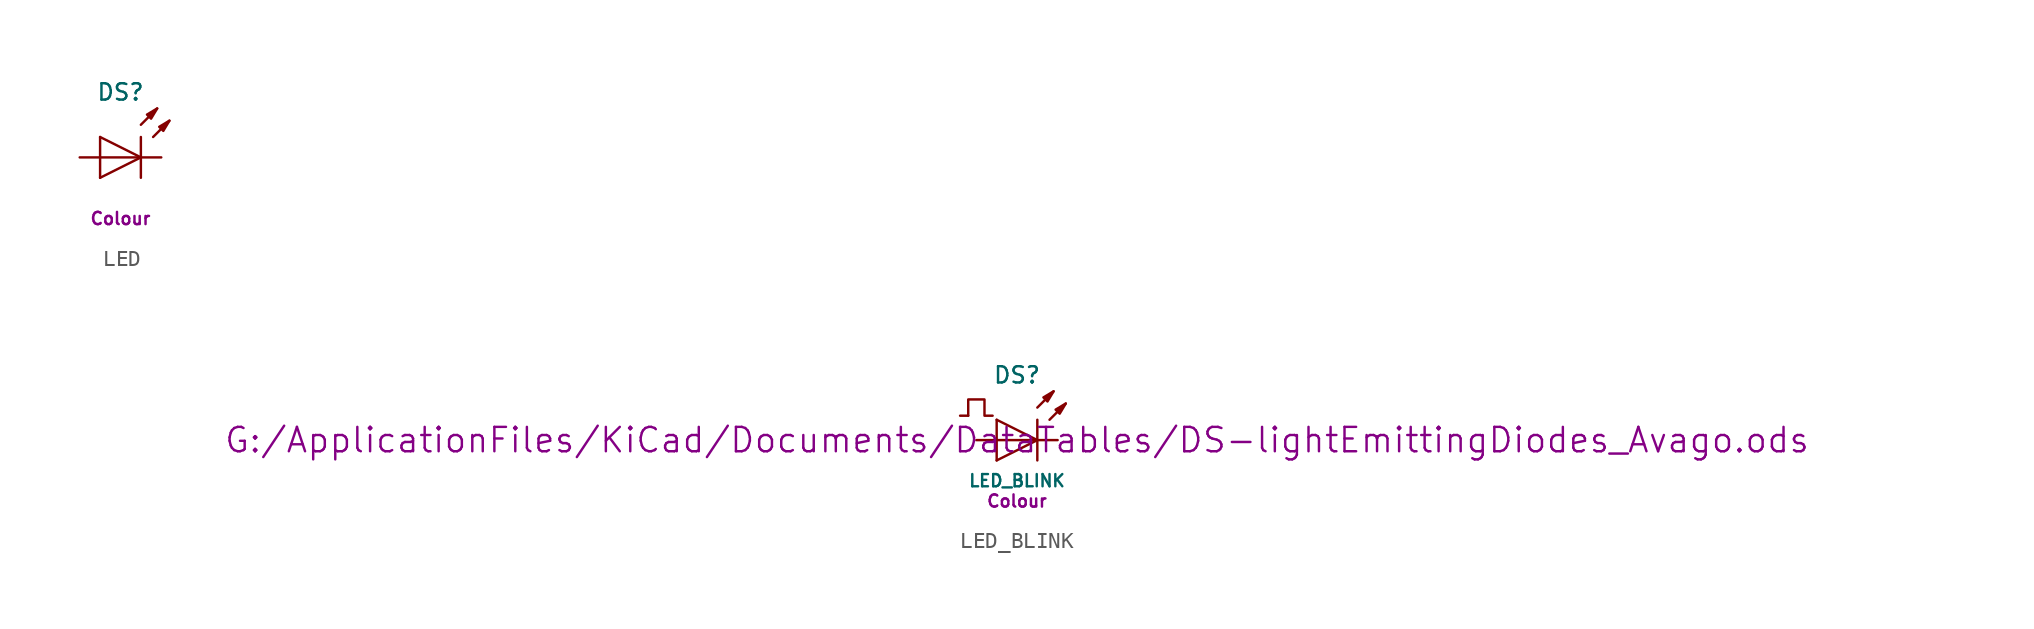
<source format=kicad_sym>
(kicad_symbol_lib
  (version 20211014)
  (generator kicad_symbol_editor)
  (symbol "LED"
    (pin_numbers hide)
    (pin_names
      (offset 0) hide)
    (property "Reference" "DS"
      (at 0 4.064 0)
      (effects (font (size 1.016 1.016))))
    (property "Colour" "Colour"
      (at 0 -3.81 0)
      (effects (font (size 0.762 0.762))))
    (symbol "LED_0_1"
      (polyline (pts (xy -1.27 0) (xy 1.27 0)) (stroke (width 0) (type default) (color 0 0 0 0)) (fill (type none)))
      (polyline (pts (xy -1.27 1.27) (xy -1.27 -1.27)) (stroke (width 0) (type default) (color 0 0 0 0)) (fill (type none)))
      (polyline (pts (xy 1.27 1.27) (xy 1.27 -1.27)) (stroke (width 0) (type default) (color 0 0 0 0)) (fill (type none)))
      (polyline (pts (xy 2.286 3.048) (xy 1.27 2.032)) (stroke (width 0) (type default) (color 0 0 0 0)) (fill (type none)))
      (polyline (pts (xy 3.048 2.286) (xy 2.032 1.27)) (stroke (width 0) (type default) (color 0 0 0 0)) (fill (type none)))
      (polyline (pts (xy -1.27 1.27) (xy 1.27 0) (xy -1.27 -1.27)) (stroke (width 0) (type default) (color 0 0 0 0)) (fill (type none)))
      (polyline (pts (xy 2.286 3.048) (xy 1.651 2.667) (xy 1.905 2.413) (xy 2.286 3.048)) (stroke (width 0) (type default) (color 0 0 0 0)) (fill (type outline)))
      (polyline (pts (xy 3.048 2.286) (xy 2.413 1.905) (xy 2.667 1.651) (xy 3.048 2.286)) (stroke (width 0) (type default) (color 0 0 0 0)) (fill (type outline))))
    (symbol "LED_1_1"
      (pin passive line (at 2.54 0 180) (length 1.27) (name "K" (effects (font (size 0.635 0.635)))) (number "1" (effects (font (size 0.635 0.635)))))
      (pin passive line (at -2.54 0 0) (length 1.27) (name "A" (effects (font (size 0.635 0.635)))) (number "2" (effects (font (size 0.635 0.635)))))))
  (symbol "LED_BLINK"
    (pin_numbers hide)
    (pin_names
      (offset 0) hide)
    (property "Reference" "DS"
      (at 0 4.064 0)
      (effects (font (size 1.016 1.016))))
    (property "Value" "LED_BLINK"
      (at 0 -2.54 0)
      (effects (font (size 0.762 0.762))))
    (property "Footprint" ""
      (at 0 0 0)
      (effects (font (size 1.524 1.524))))
    (property "Datasheet" "G:/ApplicationFiles/KiCad/Documents/DataTables/DS-lightEmittingDiodes_Avago.ods"
      (at 0 0 0)
      (effects (font (size 1.524 1.524))))
    (property "Colour" "Colour"
      (at 0 -3.81 0)
      (effects (font (size 0.762 0.762))))
    (symbol "LED_BLINK_0_1"
      (polyline (pts (xy -3.048 1.524) (xy -3.556 1.524)) (stroke (width 0) (type default) (color 0 0 0 0)) (fill (type none)))
      (polyline (pts (xy -1.27 0) (xy 1.27 0)) (stroke (width 0) (type default) (color 0 0 0 0)) (fill (type none)))
      (polyline (pts (xy -1.27 1.27) (xy -1.27 -1.27)) (stroke (width 0) (type default) (color 0 0 0 0)) (fill (type none)))
      (polyline (pts (xy 1.27 1.27) (xy 1.27 -1.27)) (stroke (width 0) (type default) (color 0 0 0 0)) (fill (type none)))
      (polyline (pts (xy 2.286 3.048) (xy 1.27 2.032)) (stroke (width 0) (type default) (color 0 0 0 0)) (fill (type none)))
      (polyline (pts (xy 3.048 2.286) (xy 2.032 1.27)) (stroke (width 0) (type default) (color 0 0 0 0)) (fill (type none)))
      (polyline (pts (xy -1.27 1.27) (xy 1.27 0) (xy -1.27 -1.27)) (stroke (width 0) (type default) (color 0 0 0 0)) (fill (type none)))
      (polyline (pts (xy 2.286 3.048) (xy 1.651 2.667) (xy 1.905 2.413) (xy 2.286 3.048)) (stroke (width 0) (type default) (color 0 0 0 0)) (fill (type outline)))
      (polyline (pts (xy 3.048 2.286) (xy 2.413 1.905) (xy 2.667 1.651) (xy 3.048 2.286)) (stroke (width 0) (type default) (color 0 0 0 0)) (fill (type outline)))
      (polyline (pts (xy -3.048 1.524) (xy -3.048 2.54) (xy -2.032 2.54) (xy -2.032 1.524) (xy -1.524 1.524)) (stroke (width 0) (type default) (color 0 0 0 0)) (fill (type none))))
    (symbol "LED_BLINK_1_1"
      (pin passive line (at 2.54 0 180) (length 1.27) (name "K" (effects (font (size 0.635 0.635)))) (number "1" (effects (font (size 0.635 0.635)))))
      (pin passive line (at -2.54 0 0) (length 1.27) (name "A" (effects (font (size 0.635 0.635)))) (number "2" (effects (font (size 0.635 0.635))))))))
</source>
